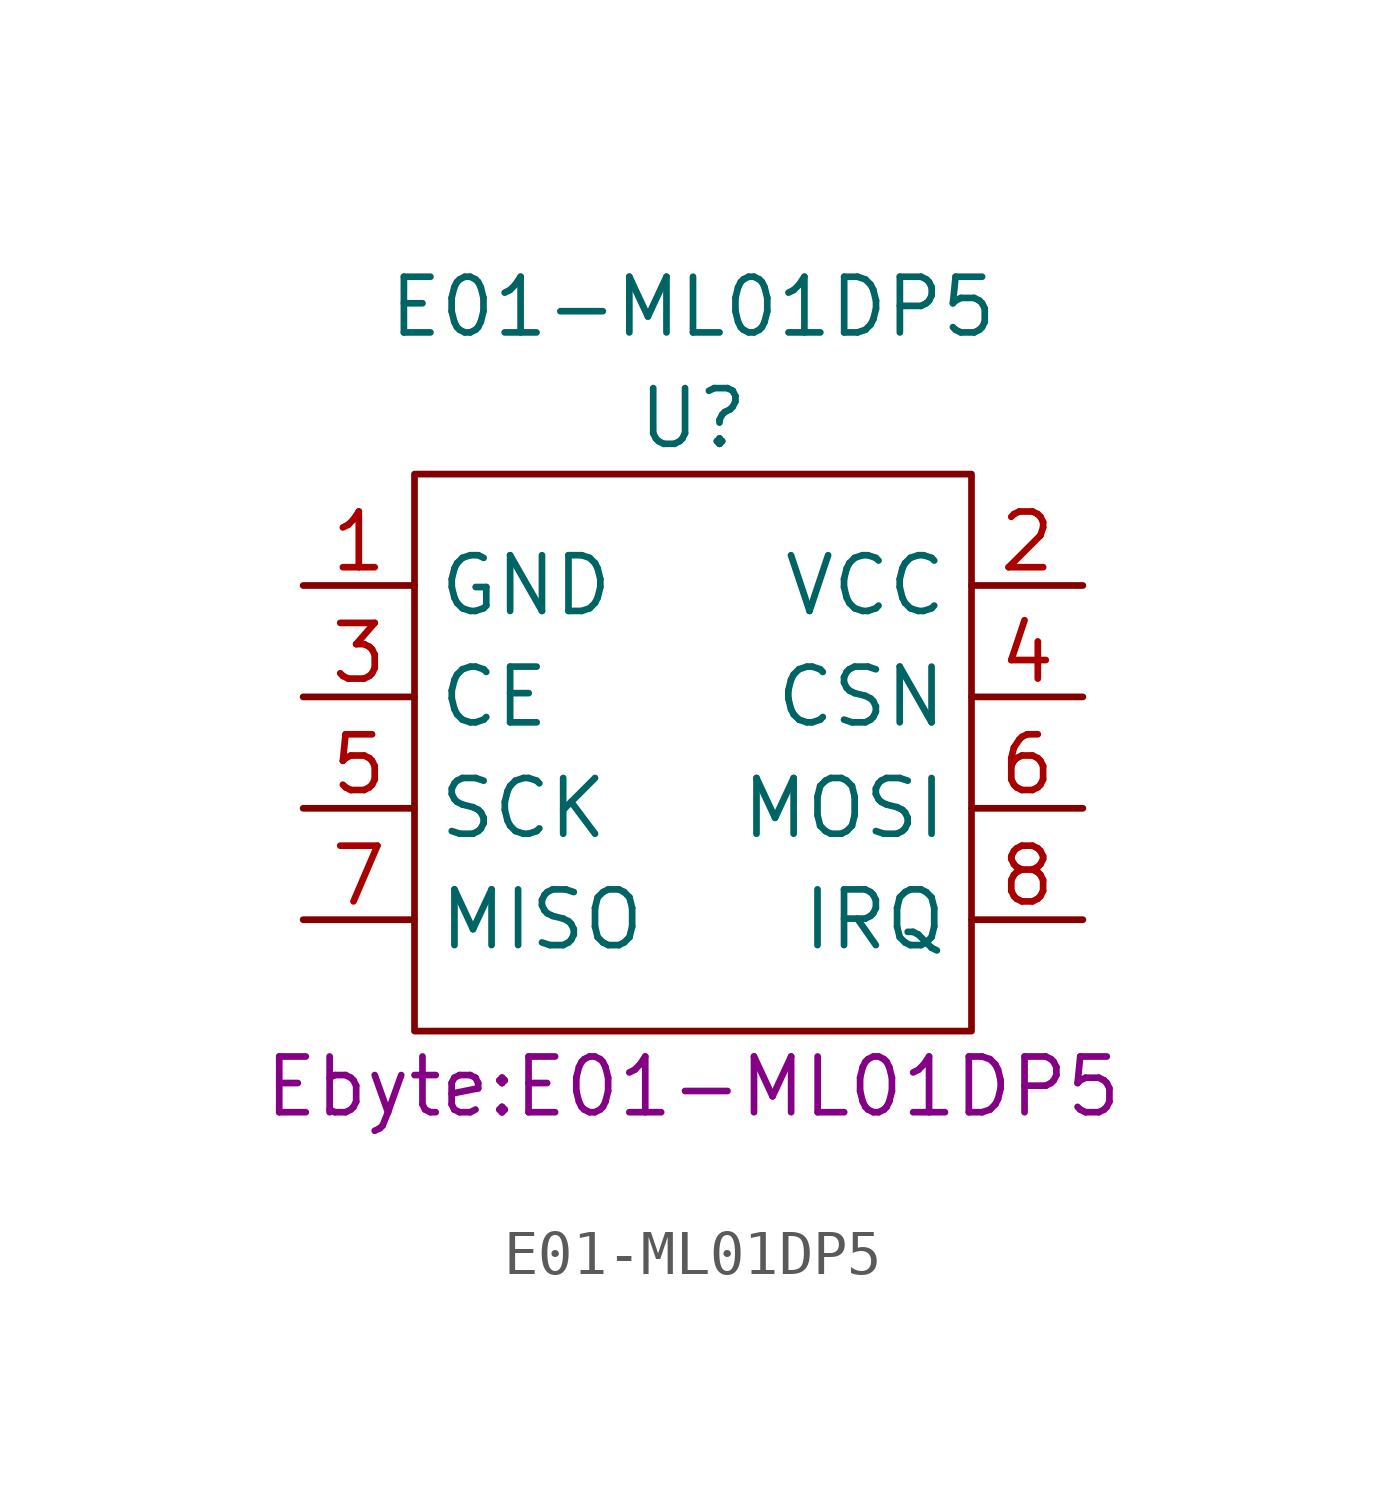
<source format=kicad_sym>
(kicad_symbol_lib
  (version 20220914)
  (generator kicad_symbol_editor)
  (symbol "E01-ML01DP5"
    (property "Reference" "U"
      (at 0 -2.54 0)
      (effects (font (size 1.27 1.27))))
    (property "Value" "E01-ML01DP5"
      (at 0 0 0)
      (effects (font (size 1.27 1.27))))
    (property "Footprint" "Ebyte:E01-ML01DP5"
      (at 0 -17.78 0)
      (effects (font (size 1.27 1.27))))
    (symbol "E01-ML01DP5_0_1"
      (rectangle (start -6.35 -3.81) (end 6.35 -16.51) (stroke (width 0) (type default)) (fill (type none))))
    (symbol "E01-ML01DP5_1_1"
      (pin power_in line (at -8.89 -6.35 0) (length 2.54) (name "GND" (effects (font (size 1.27 1.27)))) (number "1" (effects (font (size 1.27 1.27)))))
      (pin power_in line (at 8.89 -6.35 180) (length 2.54) (name "VCC" (effects (font (size 1.27 1.27)))) (number "2" (effects (font (size 1.27 1.27)))))
      (pin input line (at -8.89 -8.89 0) (length 2.54) (name "CE" (effects (font (size 1.27 1.27)))) (number "3" (effects (font (size 1.27 1.27)))))
      (pin input line (at 8.89 -8.89 180) (length 2.54) (name "CSN" (effects (font (size 1.27 1.27)))) (number "4" (effects (font (size 1.27 1.27)))))
      (pin input line (at -8.89 -11.43 0) (length 2.54) (name "SCK" (effects (font (size 1.27 1.27)))) (number "5" (effects (font (size 1.27 1.27)))))
      (pin input line (at 8.89 -11.43 180) (length 2.54) (name "MOSI" (effects (font (size 1.27 1.27)))) (number "6" (effects (font (size 1.27 1.27)))))
      (pin output line (at -8.89 -13.97 0) (length 2.54) (name "MISO" (effects (font (size 1.27 1.27)))) (number "7" (effects (font (size 1.27 1.27)))))
      (pin output line (at 8.89 -13.97 180) (length 2.54) (name "IRQ" (effects (font (size 1.27 1.27)))) (number "8" (effects (font (size 1.27 1.27))))))))
</source>
